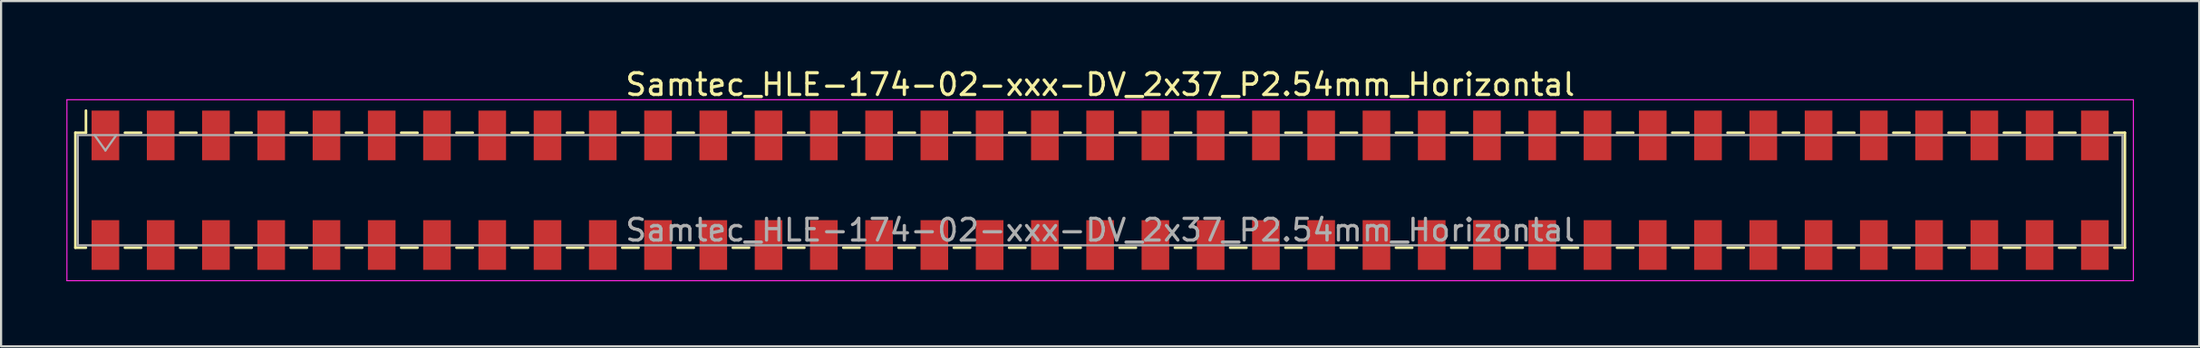
<source format=kicad_pcb>
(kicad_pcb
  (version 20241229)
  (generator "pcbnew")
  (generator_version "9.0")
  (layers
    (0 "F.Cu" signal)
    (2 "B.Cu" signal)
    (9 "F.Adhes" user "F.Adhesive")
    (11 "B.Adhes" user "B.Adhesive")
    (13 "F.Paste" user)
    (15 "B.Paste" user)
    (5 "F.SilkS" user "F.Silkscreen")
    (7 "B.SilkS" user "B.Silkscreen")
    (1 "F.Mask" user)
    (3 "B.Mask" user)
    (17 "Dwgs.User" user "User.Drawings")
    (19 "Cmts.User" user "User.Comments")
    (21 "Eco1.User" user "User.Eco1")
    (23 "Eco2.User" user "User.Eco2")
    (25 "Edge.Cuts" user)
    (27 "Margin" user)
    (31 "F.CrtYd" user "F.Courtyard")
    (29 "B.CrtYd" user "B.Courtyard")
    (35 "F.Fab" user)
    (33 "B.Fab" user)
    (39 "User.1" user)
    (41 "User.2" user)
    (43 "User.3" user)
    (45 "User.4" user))
  (footprint "Samtec_HLE-174-02-xxx-DV_2x37_P2.54mm_Horizontal"
    (layer "F.Cu")
    (at 47.515 5.718)
    (property "Reference" "Samtec_HLE-174-02-xxx-DV_2x37_P2.54mm_Horizontal" (at 0 -4.87 0) (layer "F.SilkS") (effects (font (size 1 1) (thickness 0.15))))
    (attr smd)
    (fp_line (start -47.1 -2.65) (end -47.1 2.65) (stroke (width 0.12) (type solid)) (layer "F.SilkS"))
    (fp_line (start -47.1 2.65) (end -46.615 2.65) (stroke (width 0.12) (type solid)) (layer "F.SilkS"))
    (fp_line (start -46.615 -3.67) (end -46.615 -2.65) (stroke (width 0.12) (type solid)) (layer "F.SilkS"))
    (fp_line (start -46.615 -2.65) (end -47.1 -2.65) (stroke (width 0.12) (type solid)) (layer "F.SilkS"))
    (fp_line (start -44.825 -2.65) (end -44.075 -2.65) (stroke (width 0.12) (type solid)) (layer "F.SilkS"))
    (fp_line (start -44.825 2.65) (end -44.075 2.65) (stroke (width 0.12) (type solid)) (layer "F.SilkS"))
    (fp_line (start -42.285 -2.65) (end -41.535 -2.65) (stroke (width 0.12) (type solid)) (layer "F.SilkS"))
    (fp_line (start -42.285 2.65) (end -41.535 2.65) (stroke (width 0.12) (type solid)) (layer "F.SilkS"))
    (fp_line (start -39.745 -2.65) (end -38.995 -2.65) (stroke (width 0.12) (type solid)) (layer "F.SilkS"))
    (fp_line (start -39.745 2.65) (end -38.995 2.65) (stroke (width 0.12) (type solid)) (layer "F.SilkS"))
    (fp_line (start -37.205 -2.65) (end -36.455 -2.65) (stroke (width 0.12) (type solid)) (layer "F.SilkS"))
    (fp_line (start -37.205 2.65) (end -36.455 2.65) (stroke (width 0.12) (type solid)) (layer "F.SilkS"))
    (fp_line (start -34.665 -2.65) (end -33.915 -2.65) (stroke (width 0.12) (type solid)) (layer "F.SilkS"))
    (fp_line (start -34.665 2.65) (end -33.915 2.65) (stroke (width 0.12) (type solid)) (layer "F.SilkS"))
    (fp_line (start -32.125 -2.65) (end -31.375 -2.65) (stroke (width 0.12) (type solid)) (layer "F.SilkS"))
    (fp_line (start -32.125 2.65) (end -31.375 2.65) (stroke (width 0.12) (type solid)) (layer "F.SilkS"))
    (fp_line (start -29.585 -2.65) (end -28.835 -2.65) (stroke (width 0.12) (type solid)) (layer "F.SilkS"))
    (fp_line (start -29.585 2.65) (end -28.835 2.65) (stroke (width 0.12) (type solid)) (layer "F.SilkS"))
    (fp_line (start -27.045 -2.65) (end -26.295 -2.65) (stroke (width 0.12) (type solid)) (layer "F.SilkS"))
    (fp_line (start -27.045 2.65) (end -26.295 2.65) (stroke (width 0.12) (type solid)) (layer "F.SilkS"))
    (fp_line (start -24.505 -2.65) (end -23.755 -2.65) (stroke (width 0.12) (type solid)) (layer "F.SilkS"))
    (fp_line (start -24.505 2.65) (end -23.755 2.65) (stroke (width 0.12) (type solid)) (layer "F.SilkS"))
    (fp_line (start -21.965 -2.65) (end -21.215 -2.65) (stroke (width 0.12) (type solid)) (layer "F.SilkS"))
    (fp_line (start -21.965 2.65) (end -21.215 2.65) (stroke (width 0.12) (type solid)) (layer "F.SilkS"))
    (fp_line (start -19.425 -2.65) (end -18.675 -2.65) (stroke (width 0.12) (type solid)) (layer "F.SilkS"))
    (fp_line (start -19.425 2.65) (end -18.675 2.65) (stroke (width 0.12) (type solid)) (layer "F.SilkS"))
    (fp_line (start -16.885 -2.65) (end -16.135 -2.65) (stroke (width 0.12) (type solid)) (layer "F.SilkS"))
    (fp_line (start -16.885 2.65) (end -16.135 2.65) (stroke (width 0.12) (type solid)) (layer "F.SilkS"))
    (fp_line (start -14.345 -2.65) (end -13.595 -2.65) (stroke (width 0.12) (type solid)) (layer "F.SilkS"))
    (fp_line (start -14.345 2.65) (end -13.595 2.65) (stroke (width 0.12) (type solid)) (layer "F.SilkS"))
    (fp_line (start -11.805 -2.65) (end -11.055 -2.65) (stroke (width 0.12) (type solid)) (layer "F.SilkS"))
    (fp_line (start -11.805 2.65) (end -11.055 2.65) (stroke (width 0.12) (type solid)) (layer "F.SilkS"))
    (fp_line (start -9.265 -2.65) (end -8.515 -2.65) (stroke (width 0.12) (type solid)) (layer "F.SilkS"))
    (fp_line (start -9.265 2.65) (end -8.515 2.65) (stroke (width 0.12) (type solid)) (layer "F.SilkS"))
    (fp_line (start -6.725 -2.65) (end -5.975 -2.65) (stroke (width 0.12) (type solid)) (layer "F.SilkS"))
    (fp_line (start -6.725 2.65) (end -5.975 2.65) (stroke (width 0.12) (type solid)) (layer "F.SilkS"))
    (fp_line (start -4.185 -2.65) (end -3.435 -2.65) (stroke (width 0.12) (type solid)) (layer "F.SilkS"))
    (fp_line (start -4.185 2.65) (end -3.435 2.65) (stroke (width 0.12) (type solid)) (layer "F.SilkS"))
    (fp_line (start -1.645 -2.65) (end -0.895 -2.65) (stroke (width 0.12) (type solid)) (layer "F.SilkS"))
    (fp_line (start -1.645 2.65) (end -0.895 2.65) (stroke (width 0.12) (type solid)) (layer "F.SilkS"))
    (fp_line (start 0.895 -2.65) (end 1.645 -2.65) (stroke (width 0.12) (type solid)) (layer "F.SilkS"))
    (fp_line (start 0.895 2.65) (end 1.645 2.65) (stroke (width 0.12) (type solid)) (layer "F.SilkS"))
    (fp_line (start 3.435 -2.65) (end 4.185 -2.65) (stroke (width 0.12) (type solid)) (layer "F.SilkS"))
    (fp_line (start 3.435 2.65) (end 4.185 2.65) (stroke (width 0.12) (type solid)) (layer "F.SilkS"))
    (fp_line (start 5.975 -2.65) (end 6.725 -2.65) (stroke (width 0.12) (type solid)) (layer "F.SilkS"))
    (fp_line (start 5.975 2.65) (end 6.725 2.65) (stroke (width 0.12) (type solid)) (layer "F.SilkS"))
    (fp_line (start 8.515 -2.65) (end 9.265 -2.65) (stroke (width 0.12) (type solid)) (layer "F.SilkS"))
    (fp_line (start 8.515 2.65) (end 9.265 2.65) (stroke (width 0.12) (type solid)) (layer "F.SilkS"))
    (fp_line (start 11.055 -2.65) (end 11.805 -2.65) (stroke (width 0.12) (type solid)) (layer "F.SilkS"))
    (fp_line (start 11.055 2.65) (end 11.805 2.65) (stroke (width 0.12) (type solid)) (layer "F.SilkS"))
    (fp_line (start 13.595 -2.65) (end 14.345 -2.65) (stroke (width 0.12) (type solid)) (layer "F.SilkS"))
    (fp_line (start 13.595 2.65) (end 14.345 2.65) (stroke (width 0.12) (type solid)) (layer "F.SilkS"))
    (fp_line (start 16.135 -2.65) (end 16.885 -2.65) (stroke (width 0.12) (type solid)) (layer "F.SilkS"))
    (fp_line (start 16.135 2.65) (end 16.885 2.65) (stroke (width 0.12) (type solid)) (layer "F.SilkS"))
    (fp_line (start 18.675 -2.65) (end 19.425 -2.65) (stroke (width 0.12) (type solid)) (layer "F.SilkS"))
    (fp_line (start 18.675 2.65) (end 19.425 2.65) (stroke (width 0.12) (type solid)) (layer "F.SilkS"))
    (fp_line (start 21.215 -2.65) (end 21.965 -2.65) (stroke (width 0.12) (type solid)) (layer "F.SilkS"))
    (fp_line (start 21.215 2.65) (end 21.965 2.65) (stroke (width 0.12) (type solid)) (layer "F.SilkS"))
    (fp_line (start 23.755 -2.65) (end 24.505 -2.65) (stroke (width 0.12) (type solid)) (layer "F.SilkS"))
    (fp_line (start 23.755 2.65) (end 24.505 2.65) (stroke (width 0.12) (type solid)) (layer "F.SilkS"))
    (fp_line (start 26.295 -2.65) (end 27.045 -2.65) (stroke (width 0.12) (type solid)) (layer "F.SilkS"))
    (fp_line (start 26.295 2.65) (end 27.045 2.65) (stroke (width 0.12) (type solid)) (layer "F.SilkS"))
    (fp_line (start 28.835 -2.65) (end 29.585 -2.65) (stroke (width 0.12) (type solid)) (layer "F.SilkS"))
    (fp_line (start 28.835 2.65) (end 29.585 2.65) (stroke (width 0.12) (type solid)) (layer "F.SilkS"))
    (fp_line (start 31.375 -2.65) (end 32.125 -2.65) (stroke (width 0.12) (type solid)) (layer "F.SilkS"))
    (fp_line (start 31.375 2.65) (end 32.125 2.65) (stroke (width 0.12) (type solid)) (layer "F.SilkS"))
    (fp_line (start 33.915 -2.65) (end 34.665 -2.65) (stroke (width 0.12) (type solid)) (layer "F.SilkS"))
    (fp_line (start 33.915 2.65) (end 34.665 2.65) (stroke (width 0.12) (type solid)) (layer "F.SilkS"))
    (fp_line (start 36.455 -2.65) (end 37.205 -2.65) (stroke (width 0.12) (type solid)) (layer "F.SilkS"))
    (fp_line (start 36.455 2.65) (end 37.205 2.65) (stroke (width 0.12) (type solid)) (layer "F.SilkS"))
    (fp_line (start 38.995 -2.65) (end 39.745 -2.65) (stroke (width 0.12) (type solid)) (layer "F.SilkS"))
    (fp_line (start 38.995 2.65) (end 39.745 2.65) (stroke (width 0.12) (type solid)) (layer "F.SilkS"))
    (fp_line (start 41.535 -2.65) (end 42.285 -2.65) (stroke (width 0.12) (type solid)) (layer "F.SilkS"))
    (fp_line (start 41.535 2.65) (end 42.285 2.65) (stroke (width 0.12) (type solid)) (layer "F.SilkS"))
    (fp_line (start 44.075 -2.65) (end 44.825 -2.65) (stroke (width 0.12) (type solid)) (layer "F.SilkS"))
    (fp_line (start 44.075 2.65) (end 44.825 2.65) (stroke (width 0.12) (type solid)) (layer "F.SilkS"))
    (fp_line (start 46.615 -2.65) (end 47.1 -2.65) (stroke (width 0.12) (type solid)) (layer "F.SilkS"))
    (fp_line (start 47.1 -2.65) (end 47.1 2.65) (stroke (width 0.12) (type solid)) (layer "F.SilkS"))
    (fp_line (start 47.1 2.65) (end 46.615 2.65) (stroke (width 0.12) (type solid)) (layer "F.SilkS"))
    (fp_line (start -47.49 -4.17) (end 47.49 -4.17) (stroke (width 0.05) (type solid)) (layer "F.CrtYd"))
    (fp_line (start -47.49 4.17) (end -47.49 -4.17) (stroke (width 0.05) (type solid)) (layer "F.CrtYd"))
    (fp_line (start 47.49 -4.17) (end 47.49 4.17) (stroke (width 0.05) (type solid)) (layer "F.CrtYd"))
    (fp_line (start 47.49 4.17) (end -47.49 4.17) (stroke (width 0.05) (type solid)) (layer "F.CrtYd"))
    (fp_line (start -46.99 -2.54) (end 46.99 -2.54) (stroke (width 0.1) (type solid)) (layer "F.Fab"))
    (fp_line (start -46.99 2.54) (end -46.99 -2.54) (stroke (width 0.1) (type solid)) (layer "F.Fab"))
    (fp_line (start -46.22 -2.54) (end -45.72 -1.833) (stroke (width 0.1) (type solid)) (layer "F.Fab"))
    (fp_line (start -45.72 -1.833) (end -45.22 -2.54) (stroke (width 0.1) (type solid)) (layer "F.Fab"))
    (fp_line (start 46.99 -2.54) (end 46.99 2.54) (stroke (width 0.1) (type solid)) (layer "F.Fab"))
    (fp_line (start 46.99 2.54) (end -46.99 2.54) (stroke (width 0.1) (type solid)) (layer "F.Fab"))
    (fp_text user "${REFERENCE}" (at 0 1.84 0) (layer "F.Fab") (effects (font (size 1 1) (thickness 0.15))))
    (pad "1" smd rect (at -45.72 -2.525) (size 1.27 2.29) (layers "F.Cu" "F.Mask" "F.Paste"))
    (pad "2" smd rect (at -45.72 2.525) (size 1.27 2.29) (layers "F.Cu" "F.Mask" "F.Paste"))
    (pad "3" smd rect (at -43.18 -2.525) (size 1.27 2.29) (layers "F.Cu" "F.Mask" "F.Paste"))
    (pad "4" smd rect (at -43.18 2.525) (size 1.27 2.29) (layers "F.Cu" "F.Mask" "F.Paste"))
    (pad "5" smd rect (at -40.64 -2.525) (size 1.27 2.29) (layers "F.Cu" "F.Mask" "F.Paste"))
    (pad "6" smd rect (at -40.64 2.525) (size 1.27 2.29) (layers "F.Cu" "F.Mask" "F.Paste"))
    (pad "7" smd rect (at -38.1 -2.525) (size 1.27 2.29) (layers "F.Cu" "F.Mask" "F.Paste"))
    (pad "8" smd rect (at -38.1 2.525) (size 1.27 2.29) (layers "F.Cu" "F.Mask" "F.Paste"))
    (pad "9" smd rect (at -35.56 -2.525) (size 1.27 2.29) (layers "F.Cu" "F.Mask" "F.Paste"))
    (pad "10" smd rect (at -35.56 2.525) (size 1.27 2.29) (layers "F.Cu" "F.Mask" "F.Paste"))
    (pad "11" smd rect (at -33.02 -2.525) (size 1.27 2.29) (layers "F.Cu" "F.Mask" "F.Paste"))
    (pad "12" smd rect (at -33.02 2.525) (size 1.27 2.29) (layers "F.Cu" "F.Mask" "F.Paste"))
    (pad "13" smd rect (at -30.48 -2.525) (size 1.27 2.29) (layers "F.Cu" "F.Mask" "F.Paste"))
    (pad "14" smd rect (at -30.48 2.525) (size 1.27 2.29) (layers "F.Cu" "F.Mask" "F.Paste"))
    (pad "15" smd rect (at -27.94 -2.525) (size 1.27 2.29) (layers "F.Cu" "F.Mask" "F.Paste"))
    (pad "16" smd rect (at -27.94 2.525) (size 1.27 2.29) (layers "F.Cu" "F.Mask" "F.Paste"))
    (pad "17" smd rect (at -25.4 -2.525) (size 1.27 2.29) (layers "F.Cu" "F.Mask" "F.Paste"))
    (pad "18" smd rect (at -25.4 2.525) (size 1.27 2.29) (layers "F.Cu" "F.Mask" "F.Paste"))
    (pad "19" smd rect (at -22.86 -2.525) (size 1.27 2.29) (layers "F.Cu" "F.Mask" "F.Paste"))
    (pad "20" smd rect (at -22.86 2.525) (size 1.27 2.29) (layers "F.Cu" "F.Mask" "F.Paste"))
    (pad "21" smd rect (at -20.32 -2.525) (size 1.27 2.29) (layers "F.Cu" "F.Mask" "F.Paste"))
    (pad "22" smd rect (at -20.32 2.525) (size 1.27 2.29) (layers "F.Cu" "F.Mask" "F.Paste"))
    (pad "23" smd rect (at -17.78 -2.525) (size 1.27 2.29) (layers "F.Cu" "F.Mask" "F.Paste"))
    (pad "24" smd rect (at -17.78 2.525) (size 1.27 2.29) (layers "F.Cu" "F.Mask" "F.Paste"))
    (pad "25" smd rect (at -15.24 -2.525) (size 1.27 2.29) (layers "F.Cu" "F.Mask" "F.Paste"))
    (pad "26" smd rect (at -15.24 2.525) (size 1.27 2.29) (layers "F.Cu" "F.Mask" "F.Paste"))
    (pad "27" smd rect (at -12.7 -2.525) (size 1.27 2.29) (layers "F.Cu" "F.Mask" "F.Paste"))
    (pad "28" smd rect (at -12.7 2.525) (size 1.27 2.29) (layers "F.Cu" "F.Mask" "F.Paste"))
    (pad "29" smd rect (at -10.16 -2.525) (size 1.27 2.29) (layers "F.Cu" "F.Mask" "F.Paste"))
    (pad "30" smd rect (at -10.16 2.525) (size 1.27 2.29) (layers "F.Cu" "F.Mask" "F.Paste"))
    (pad "31" smd rect (at -7.62 -2.525) (size 1.27 2.29) (layers "F.Cu" "F.Mask" "F.Paste"))
    (pad "32" smd rect (at -7.62 2.525) (size 1.27 2.29) (layers "F.Cu" "F.Mask" "F.Paste"))
    (pad "33" smd rect (at -5.08 -2.525) (size 1.27 2.29) (layers "F.Cu" "F.Mask" "F.Paste"))
    (pad "34" smd rect (at -5.08 2.525) (size 1.27 2.29) (layers "F.Cu" "F.Mask" "F.Paste"))
    (pad "35" smd rect (at -2.54 -2.525) (size 1.27 2.29) (layers "F.Cu" "F.Mask" "F.Paste"))
    (pad "36" smd rect (at -2.54 2.525) (size 1.27 2.29) (layers "F.Cu" "F.Mask" "F.Paste"))
    (pad "37" smd rect (at 0 -2.525) (size 1.27 2.29) (layers "F.Cu" "F.Mask" "F.Paste"))
    (pad "38" smd rect (at 0 2.525) (size 1.27 2.29) (layers "F.Cu" "F.Mask" "F.Paste"))
    (pad "39" smd rect (at 2.54 -2.525) (size 1.27 2.29) (layers "F.Cu" "F.Mask" "F.Paste"))
    (pad "40" smd rect (at 2.54 2.525) (size 1.27 2.29) (layers "F.Cu" "F.Mask" "F.Paste"))
    (pad "41" smd rect (at 5.08 -2.525) (size 1.27 2.29) (layers "F.Cu" "F.Mask" "F.Paste"))
    (pad "42" smd rect (at 5.08 2.525) (size 1.27 2.29) (layers "F.Cu" "F.Mask" "F.Paste"))
    (pad "43" smd rect (at 7.62 -2.525) (size 1.27 2.29) (layers "F.Cu" "F.Mask" "F.Paste"))
    (pad "44" smd rect (at 7.62 2.525) (size 1.27 2.29) (layers "F.Cu" "F.Mask" "F.Paste"))
    (pad "45" smd rect (at 10.16 -2.525) (size 1.27 2.29) (layers "F.Cu" "F.Mask" "F.Paste"))
    (pad "46" smd rect (at 10.16 2.525) (size 1.27 2.29) (layers "F.Cu" "F.Mask" "F.Paste"))
    (pad "47" smd rect (at 12.7 -2.525) (size 1.27 2.29) (layers "F.Cu" "F.Mask" "F.Paste"))
    (pad "48" smd rect (at 12.7 2.525) (size 1.27 2.29) (layers "F.Cu" "F.Mask" "F.Paste"))
    (pad "49" smd rect (at 15.24 -2.525) (size 1.27 2.29) (layers "F.Cu" "F.Mask" "F.Paste"))
    (pad "50" smd rect (at 15.24 2.525) (size 1.27 2.29) (layers "F.Cu" "F.Mask" "F.Paste"))
    (pad "51" smd rect (at 17.78 -2.525) (size 1.27 2.29) (layers "F.Cu" "F.Mask" "F.Paste"))
    (pad "52" smd rect (at 17.78 2.525) (size 1.27 2.29) (layers "F.Cu" "F.Mask" "F.Paste"))
    (pad "53" smd rect (at 20.32 -2.525) (size 1.27 2.29) (layers "F.Cu" "F.Mask" "F.Paste"))
    (pad "54" smd rect (at 20.32 2.525) (size 1.27 2.29) (layers "F.Cu" "F.Mask" "F.Paste"))
    (pad "55" smd rect (at 22.86 -2.525) (size 1.27 2.29) (layers "F.Cu" "F.Mask" "F.Paste"))
    (pad "56" smd rect (at 22.86 2.525) (size 1.27 2.29) (layers "F.Cu" "F.Mask" "F.Paste"))
    (pad "57" smd rect (at 25.4 -2.525) (size 1.27 2.29) (layers "F.Cu" "F.Mask" "F.Paste"))
    (pad "58" smd rect (at 25.4 2.525) (size 1.27 2.29) (layers "F.Cu" "F.Mask" "F.Paste"))
    (pad "59" smd rect (at 27.94 -2.525) (size 1.27 2.29) (layers "F.Cu" "F.Mask" "F.Paste"))
    (pad "60" smd rect (at 27.94 2.525) (size 1.27 2.29) (layers "F.Cu" "F.Mask" "F.Paste"))
    (pad "61" smd rect (at 30.48 -2.525) (size 1.27 2.29) (layers "F.Cu" "F.Mask" "F.Paste"))
    (pad "62" smd rect (at 30.48 2.525) (size 1.27 2.29) (layers "F.Cu" "F.Mask" "F.Paste"))
    (pad "63" smd rect (at 33.02 -2.525) (size 1.27 2.29) (layers "F.Cu" "F.Mask" "F.Paste"))
    (pad "64" smd rect (at 33.02 2.525) (size 1.27 2.29) (layers "F.Cu" "F.Mask" "F.Paste"))
    (pad "65" smd rect (at 35.56 -2.525) (size 1.27 2.29) (layers "F.Cu" "F.Mask" "F.Paste"))
    (pad "66" smd rect (at 35.56 2.525) (size 1.27 2.29) (layers "F.Cu" "F.Mask" "F.Paste"))
    (pad "67" smd rect (at 38.1 -2.525) (size 1.27 2.29) (layers "F.Cu" "F.Mask" "F.Paste"))
    (pad "68" smd rect (at 38.1 2.525) (size 1.27 2.29) (layers "F.Cu" "F.Mask" "F.Paste"))
    (pad "69" smd rect (at 40.64 -2.525) (size 1.27 2.29) (layers "F.Cu" "F.Mask" "F.Paste"))
    (pad "70" smd rect (at 40.64 2.525) (size 1.27 2.29) (layers "F.Cu" "F.Mask" "F.Paste"))
    (pad "71" smd rect (at 43.18 -2.525) (size 1.27 2.29) (layers "F.Cu" "F.Mask" "F.Paste"))
    (pad "72" smd rect (at 43.18 2.525) (size 1.27 2.29) (layers "F.Cu" "F.Mask" "F.Paste"))
    (pad "73" smd rect (at 45.72 -2.525) (size 1.27 2.29) (layers "F.Cu" "F.Mask" "F.Paste"))
    (pad "74" smd rect (at 45.72 2.525) (size 1.27 2.29) (layers "F.Cu" "F.Mask" "F.Paste")))
  (gr_rect
    (start -3 -3)
    (end 98.03 12.913)
    (stroke (width 0.1) (type default))
    (fill no)
    (layer "Edge.Cuts")))
</source>
